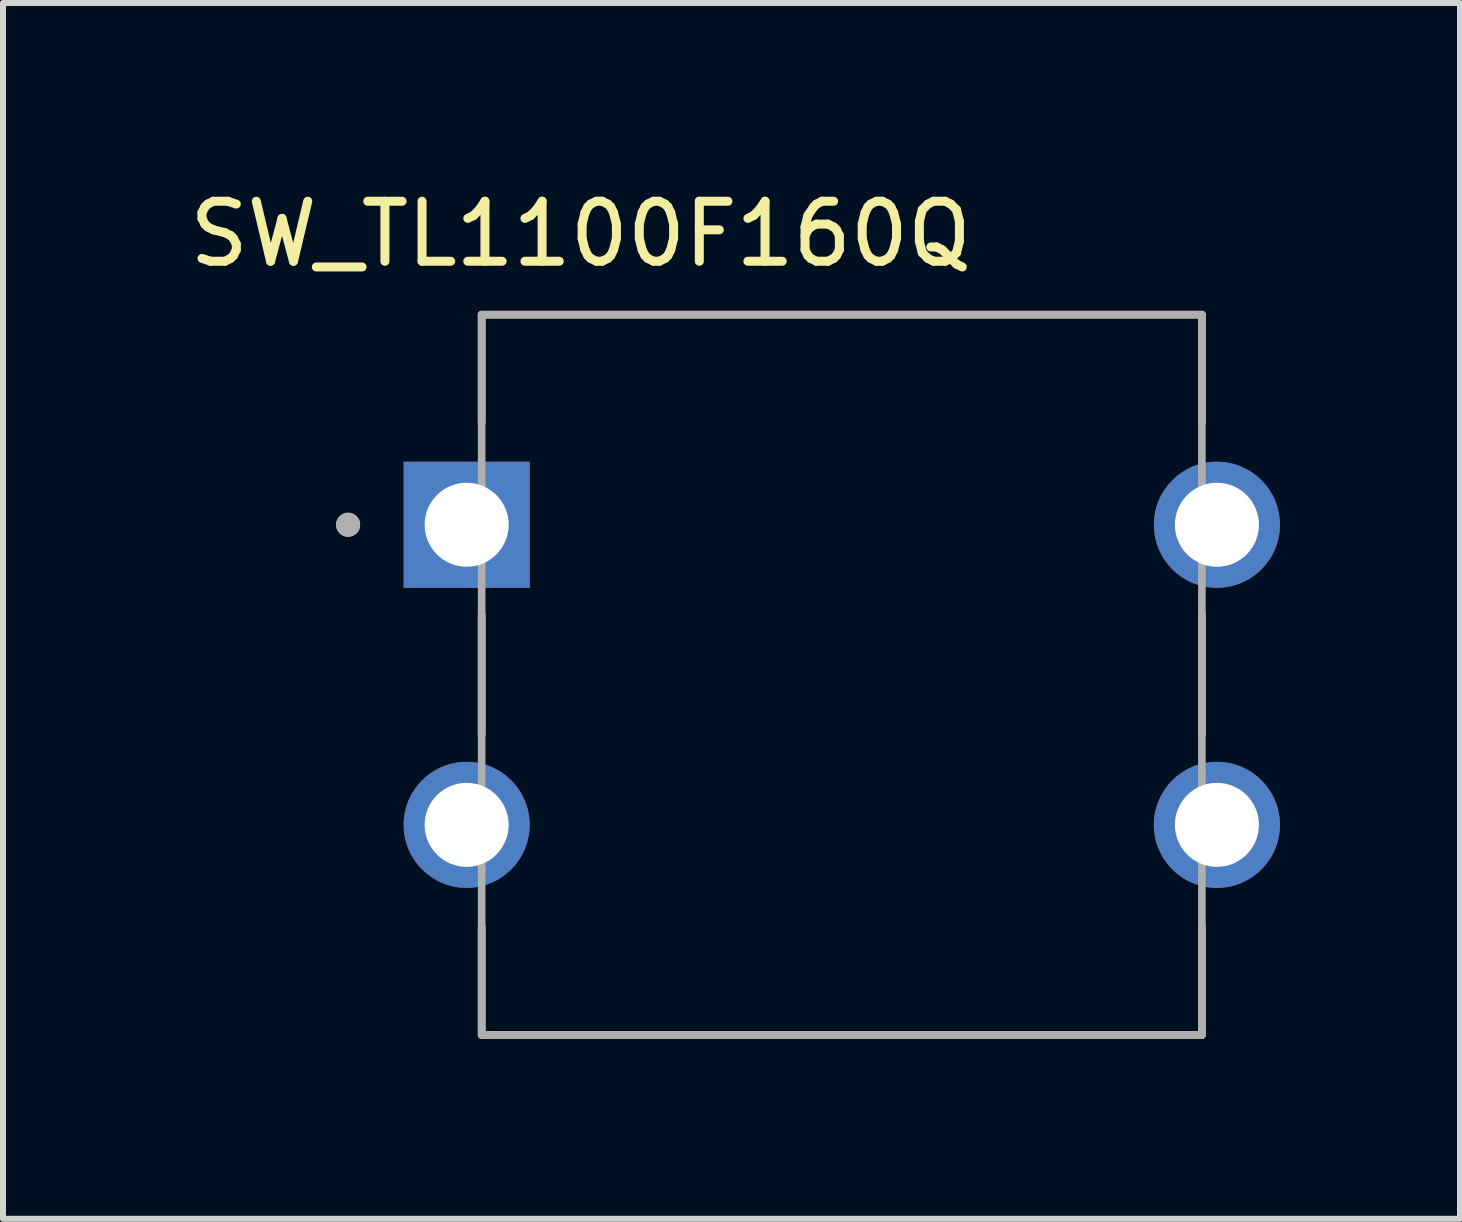
<source format=kicad_pcb>
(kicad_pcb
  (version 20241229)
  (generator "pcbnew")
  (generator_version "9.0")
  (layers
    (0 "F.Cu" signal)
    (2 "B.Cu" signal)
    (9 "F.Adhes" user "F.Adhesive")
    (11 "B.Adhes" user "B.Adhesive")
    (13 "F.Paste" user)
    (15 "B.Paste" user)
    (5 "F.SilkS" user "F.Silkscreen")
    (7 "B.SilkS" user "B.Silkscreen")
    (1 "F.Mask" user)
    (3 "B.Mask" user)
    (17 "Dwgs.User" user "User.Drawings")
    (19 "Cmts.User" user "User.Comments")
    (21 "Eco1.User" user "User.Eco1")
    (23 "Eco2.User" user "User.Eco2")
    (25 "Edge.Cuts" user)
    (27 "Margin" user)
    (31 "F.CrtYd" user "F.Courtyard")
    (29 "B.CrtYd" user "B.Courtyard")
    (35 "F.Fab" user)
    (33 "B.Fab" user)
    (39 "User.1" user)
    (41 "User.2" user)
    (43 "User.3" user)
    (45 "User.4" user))
  (footprint "SW_TL1100F160Q"
    (layer "F.Cu")
    (at 10.975 8.193)
    (property "Reference" "SW_TL1100F160Q" (at -4.35 -7.345 0) (layer "F.SilkS") (effects (font (size 1 1) (thickness 0.15))))
    (attr through_hole)
    (fp_line (start -6 -6) (end -6 -4.2) (stroke (width 0.127) (type solid)) (layer "F.SilkS"))
    (fp_line (start -6 -6) (end 6 -6) (stroke (width 0.127) (type solid)) (layer "F.SilkS"))
    (fp_line (start -6 1) (end -6 -1) (stroke (width 0.127) (type solid)) (layer "F.SilkS"))
    (fp_line (start -6 6) (end -6 4.2) (stroke (width 0.127) (type solid)) (layer "F.SilkS"))
    (fp_line (start 6 -6) (end 6 -4.2) (stroke (width 0.127) (type solid)) (layer "F.SilkS"))
    (fp_line (start 6 1) (end 6 -1) (stroke (width 0.127) (type solid)) (layer "F.SilkS"))
    (fp_line (start 6 4.2) (end 6 6) (stroke (width 0.127) (type solid)) (layer "F.SilkS"))
    (fp_line (start 6 6) (end -6 6) (stroke (width 0.127) (type solid)) (layer "F.SilkS"))
    (fp_circle (center -8.225 -2.5) (end -8.125 -2.5) (stroke (width 0.2) (type solid)) (fill no) (layer "F.SilkS"))
    (fp_line (start -6 -6) (end 6 -6) (stroke (width 0.127) (type solid)) (layer "F.Fab"))
    (fp_line (start -6 6) (end -6 -6) (stroke (width 0.127) (type solid)) (layer "F.Fab"))
    (fp_line (start 6 -6) (end 6 6) (stroke (width 0.127) (type solid)) (layer "F.Fab"))
    (fp_line (start 6 6) (end -6 6) (stroke (width 0.127) (type solid)) (layer "F.Fab"))
    (fp_circle (center -8.225 -2.5) (end -8.125 -2.5) (stroke (width 0.2) (type solid)) (fill no) (layer "F.Fab"))
    (pad "1" thru_hole rect (at -6.25 -2.5) (size 2.1 2.1) (drill 1.4) (layers "*.Cu" "*.Mask"))
    (pad "2" thru_hole circle (at 6.25 -2.5) (size 2.1 2.1) (drill 1.4) (layers "*.Cu" "*.Mask"))
    (pad "3" thru_hole circle (at -6.25 2.5) (size 2.1 2.1) (drill 1.4) (layers "*.Cu" "*.Mask"))
    (pad "4" thru_hole circle (at 6.25 2.5) (size 2.1 2.1) (drill 1.4) (layers "*.Cu" "*.Mask")))
  (gr_rect
    (start -3 -3)
    (end 21.275 17.257)
    (stroke (width 0.1) (type default))
    (fill no)
    (layer "Edge.Cuts")))
</source>
